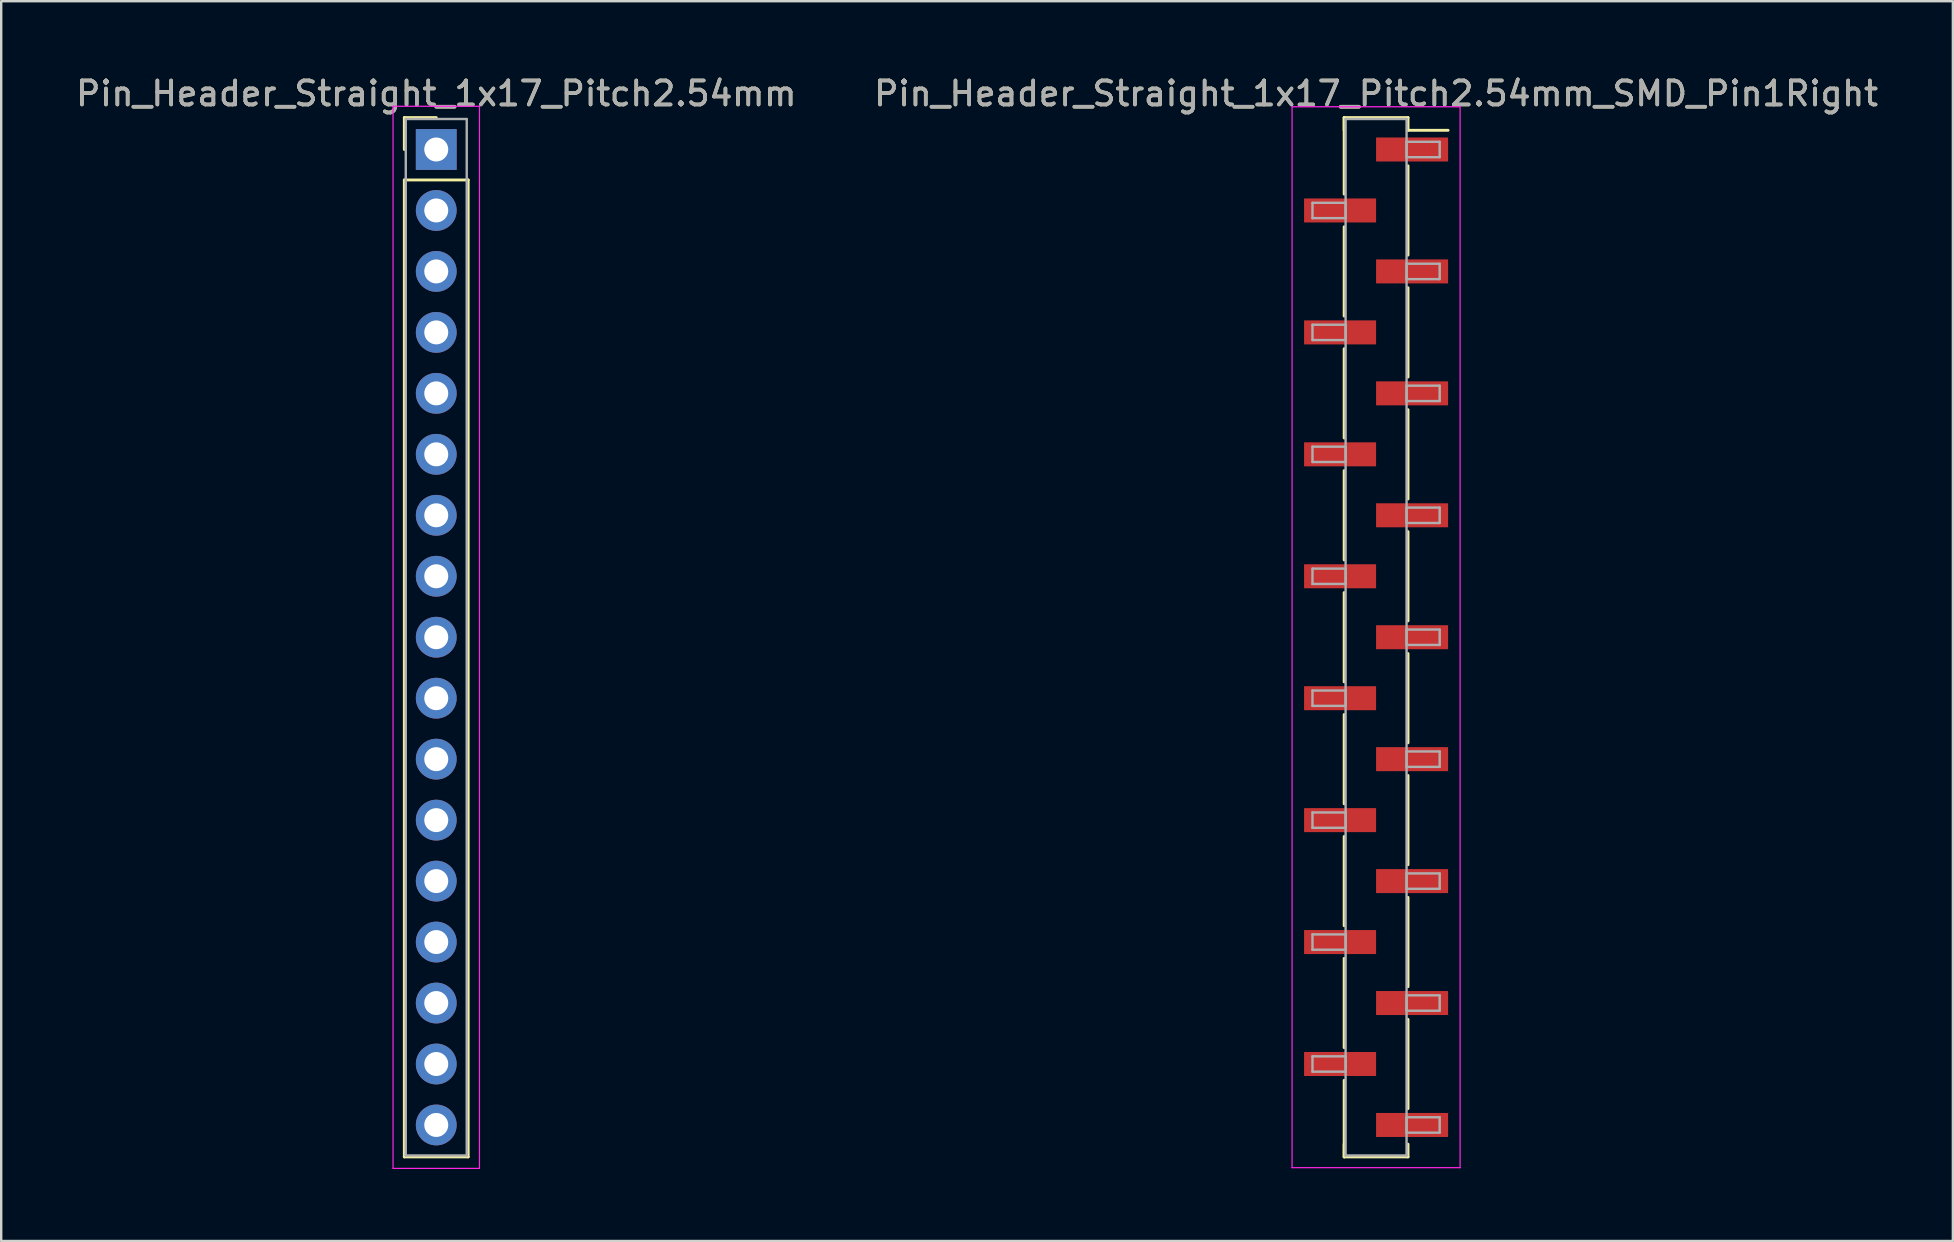
<source format=kicad_pcb>
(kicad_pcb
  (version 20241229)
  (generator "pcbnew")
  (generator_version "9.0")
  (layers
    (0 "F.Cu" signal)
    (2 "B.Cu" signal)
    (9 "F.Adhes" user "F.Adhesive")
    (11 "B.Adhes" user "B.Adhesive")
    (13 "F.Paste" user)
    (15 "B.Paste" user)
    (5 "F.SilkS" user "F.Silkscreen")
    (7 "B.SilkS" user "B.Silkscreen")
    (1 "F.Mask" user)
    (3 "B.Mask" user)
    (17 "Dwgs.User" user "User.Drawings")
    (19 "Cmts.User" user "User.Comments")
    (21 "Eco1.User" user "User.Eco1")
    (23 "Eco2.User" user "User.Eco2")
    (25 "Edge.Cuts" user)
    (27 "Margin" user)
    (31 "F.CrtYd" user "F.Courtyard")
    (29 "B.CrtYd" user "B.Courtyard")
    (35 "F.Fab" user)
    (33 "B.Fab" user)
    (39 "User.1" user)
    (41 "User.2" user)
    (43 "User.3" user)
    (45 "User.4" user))
  (footprint "Pin_Header_Straight_1x17_Pitch2.54mm"
    (layer "F.Cu")
    (at 15.125 3.178)
    (property "Reference" "Pin_Header_Straight_1x17_Pitch2.54mm" (at 0 -2.33 0) (layer "F.SilkS") (effects (font (size 1 1) (thickness 0.15))))
    (attr through_hole)
    (fp_line (start -1.33 -1.33) (end 0 -1.33) (stroke (width 0.12) (type solid)) (layer "F.SilkS"))
    (fp_line (start -1.33 0) (end -1.33 -1.33) (stroke (width 0.12) (type solid)) (layer "F.SilkS"))
    (fp_line (start -1.33 1.27) (end -1.33 41.97) (stroke (width 0.12) (type solid)) (layer "F.SilkS"))
    (fp_line (start -1.33 41.97) (end 1.33 41.97) (stroke (width 0.12) (type solid)) (layer "F.SilkS"))
    (fp_line (start 1.33 1.27) (end -1.33 1.27) (stroke (width 0.12) (type solid)) (layer "F.SilkS"))
    (fp_line (start 1.33 41.97) (end 1.33 1.27) (stroke (width 0.12) (type solid)) (layer "F.SilkS"))
    (fp_line (start -1.8 -1.8) (end -1.8 42.45) (stroke (width 0.05) (type solid)) (layer "F.CrtYd"))
    (fp_line (start -1.8 42.45) (end 1.8 42.45) (stroke (width 0.05) (type solid)) (layer "F.CrtYd"))
    (fp_line (start 1.8 -1.8) (end -1.8 -1.8) (stroke (width 0.05) (type solid)) (layer "F.CrtYd"))
    (fp_line (start 1.8 42.45) (end 1.8 -1.8) (stroke (width 0.05) (type solid)) (layer "F.CrtYd"))
    (fp_line (start -1.27 -1.27) (end -1.27 41.91) (stroke (width 0.1) (type solid)) (layer "F.Fab"))
    (fp_line (start -1.27 41.91) (end 1.27 41.91) (stroke (width 0.1) (type solid)) (layer "F.Fab"))
    (fp_line (start 1.27 -1.27) (end -1.27 -1.27) (stroke (width 0.1) (type solid)) (layer "F.Fab"))
    (fp_line (start 1.27 41.91) (end 1.27 -1.27) (stroke (width 0.1) (type solid)) (layer "F.Fab"))
    (fp_text user "${REFERENCE}" (at 0 -2.33 0) (layer "F.Fab") (effects (font (size 1 1) (thickness 0.15))))
    (pad "1" thru_hole rect (at 0 0) (size 1.7 1.7) (drill 1) (layers "*.Cu" "*.Mask"))
    (pad "2" thru_hole oval (at 0 2.54) (size 1.7 1.7) (drill 1) (layers "*.Cu" "*.Mask"))
    (pad "3" thru_hole oval (at 0 5.08) (size 1.7 1.7) (drill 1) (layers "*.Cu" "*.Mask"))
    (pad "4" thru_hole oval (at 0 7.62) (size 1.7 1.7) (drill 1) (layers "*.Cu" "*.Mask"))
    (pad "5" thru_hole oval (at 0 10.16) (size 1.7 1.7) (drill 1) (layers "*.Cu" "*.Mask"))
    (pad "6" thru_hole oval (at 0 12.7) (size 1.7 1.7) (drill 1) (layers "*.Cu" "*.Mask"))
    (pad "7" thru_hole oval (at 0 15.24) (size 1.7 1.7) (drill 1) (layers "*.Cu" "*.Mask"))
    (pad "8" thru_hole oval (at 0 17.78) (size 1.7 1.7) (drill 1) (layers "*.Cu" "*.Mask"))
    (pad "9" thru_hole oval (at 0 20.32) (size 1.7 1.7) (drill 1) (layers "*.Cu" "*.Mask"))
    (pad "10" thru_hole oval (at 0 22.86) (size 1.7 1.7) (drill 1) (layers "*.Cu" "*.Mask"))
    (pad "11" thru_hole oval (at 0 25.4) (size 1.7 1.7) (drill 1) (layers "*.Cu" "*.Mask"))
    (pad "12" thru_hole oval (at 0 27.94) (size 1.7 1.7) (drill 1) (layers "*.Cu" "*.Mask"))
    (pad "13" thru_hole oval (at 0 30.48) (size 1.7 1.7) (drill 1) (layers "*.Cu" "*.Mask"))
    (pad "14" thru_hole oval (at 0 33.02) (size 1.7 1.7) (drill 1) (layers "*.Cu" "*.Mask"))
    (pad "15" thru_hole oval (at 0 35.56) (size 1.7 1.7) (drill 1) (layers "*.Cu" "*.Mask"))
    (pad "16" thru_hole oval (at 0 38.1) (size 1.7 1.7) (drill 1) (layers "*.Cu" "*.Mask"))
    (pad "17" thru_hole oval (at 0 40.64) (size 1.7 1.7) (drill 1) (layers "*.Cu" "*.Mask")))
  (footprint "Pin_Header_Straight_1x17_Pitch2.54mm_SMD_Pin1Right"
    (layer "F.Cu")
    (at 54.28 23.498)
    (property "Reference" "Pin_Header_Straight_1x17_Pitch2.54mm_SMD_Pin1Right" (at 0 -22.65 0) (layer "F.SilkS") (effects (font (size 1 1) (thickness 0.15))))
    (attr smd)
    (fp_line (start -1.33 -21.65) (end -1.33 -18.46) (stroke (width 0.12) (type solid)) (layer "F.SilkS"))
    (fp_line (start -1.33 -21.65) (end 1.33 -21.65) (stroke (width 0.12) (type solid)) (layer "F.SilkS"))
    (fp_line (start -1.33 -21.12) (end -1.33 -21.65) (stroke (width 0.12) (type solid)) (layer "F.SilkS"))
    (fp_line (start -1.33 -17.1) (end -1.33 -13.38) (stroke (width 0.12) (type solid)) (layer "F.SilkS"))
    (fp_line (start -1.33 -12.02) (end -1.33 -8.3) (stroke (width 0.12) (type solid)) (layer "F.SilkS"))
    (fp_line (start -1.33 -6.94) (end -1.33 -3.22) (stroke (width 0.12) (type solid)) (layer "F.SilkS"))
    (fp_line (start -1.33 -1.86) (end -1.33 1.86) (stroke (width 0.12) (type solid)) (layer "F.SilkS"))
    (fp_line (start -1.33 3.22) (end -1.33 6.94) (stroke (width 0.12) (type solid)) (layer "F.SilkS"))
    (fp_line (start -1.33 8.3) (end -1.33 12.02) (stroke (width 0.12) (type solid)) (layer "F.SilkS"))
    (fp_line (start -1.33 13.38) (end -1.33 17.1) (stroke (width 0.12) (type solid)) (layer "F.SilkS"))
    (fp_line (start -1.33 18.46) (end -1.33 21.65) (stroke (width 0.12) (type solid)) (layer "F.SilkS"))
    (fp_line (start -1.33 21.12) (end -1.33 21.65) (stroke (width 0.12) (type solid)) (layer "F.SilkS"))
    (fp_line (start -1.33 21.65) (end 1.33 21.65) (stroke (width 0.12) (type solid)) (layer "F.SilkS"))
    (fp_line (start 1.33 -21.65) (end 1.33 -21.12) (stroke (width 0.12) (type solid)) (layer "F.SilkS"))
    (fp_line (start 1.33 -21.12) (end 3 -21.12) (stroke (width 0.12) (type solid)) (layer "F.SilkS"))
    (fp_line (start 1.33 -19.64) (end 1.33 -15.92) (stroke (width 0.12) (type solid)) (layer "F.SilkS"))
    (fp_line (start 1.33 -14.56) (end 1.33 -10.84) (stroke (width 0.12) (type solid)) (layer "F.SilkS"))
    (fp_line (start 1.33 -9.48) (end 1.33 -5.76) (stroke (width 0.12) (type solid)) (layer "F.SilkS"))
    (fp_line (start 1.33 -4.4) (end 1.33 -0.68) (stroke (width 0.12) (type solid)) (layer "F.SilkS"))
    (fp_line (start 1.33 0.68) (end 1.33 4.4) (stroke (width 0.12) (type solid)) (layer "F.SilkS"))
    (fp_line (start 1.33 5.76) (end 1.33 9.48) (stroke (width 0.12) (type solid)) (layer "F.SilkS"))
    (fp_line (start 1.33 10.84) (end 1.33 14.56) (stroke (width 0.12) (type solid)) (layer "F.SilkS"))
    (fp_line (start 1.33 15.92) (end 1.33 19.64) (stroke (width 0.12) (type solid)) (layer "F.SilkS"))
    (fp_line (start 1.33 21.65) (end 1.33 21.12) (stroke (width 0.12) (type solid)) (layer "F.SilkS"))
    (fp_line (start -3.5 -22.1) (end -3.5 22.1) (stroke (width 0.05) (type solid)) (layer "F.CrtYd"))
    (fp_line (start -3.5 22.1) (end 3.5 22.1) (stroke (width 0.05) (type solid)) (layer "F.CrtYd"))
    (fp_line (start 3.5 -22.1) (end -3.5 -22.1) (stroke (width 0.05) (type solid)) (layer "F.CrtYd"))
    (fp_line (start 3.5 22.1) (end 3.5 -22.1) (stroke (width 0.05) (type solid)) (layer "F.CrtYd"))
    (fp_line (start -2.65 -18.1) (end -1.27 -18.1) (stroke (width 0.1) (type solid)) (layer "F.Fab"))
    (fp_line (start -2.65 -17.46) (end -2.65 -18.1) (stroke (width 0.1) (type solid)) (layer "F.Fab"))
    (fp_line (start -2.65 -13.02) (end -1.27 -13.02) (stroke (width 0.1) (type solid)) (layer "F.Fab"))
    (fp_line (start -2.65 -12.38) (end -2.65 -13.02) (stroke (width 0.1) (type solid)) (layer "F.Fab"))
    (fp_line (start -2.65 -7.94) (end -1.27 -7.94) (stroke (width 0.1) (type solid)) (layer "F.Fab"))
    (fp_line (start -2.65 -7.3) (end -2.65 -7.94) (stroke (width 0.1) (type solid)) (layer "F.Fab"))
    (fp_line (start -2.65 -2.86) (end -1.27 -2.86) (stroke (width 0.1) (type solid)) (layer "F.Fab"))
    (fp_line (start -2.65 -2.22) (end -2.65 -2.86) (stroke (width 0.1) (type solid)) (layer "F.Fab"))
    (fp_line (start -2.65 2.22) (end -1.27 2.22) (stroke (width 0.1) (type solid)) (layer "F.Fab"))
    (fp_line (start -2.65 2.86) (end -2.65 2.22) (stroke (width 0.1) (type solid)) (layer "F.Fab"))
    (fp_line (start -2.65 7.3) (end -1.27 7.3) (stroke (width 0.1) (type solid)) (layer "F.Fab"))
    (fp_line (start -2.65 7.94) (end -2.65 7.3) (stroke (width 0.1) (type solid)) (layer "F.Fab"))
    (fp_line (start -2.65 12.38) (end -1.27 12.38) (stroke (width 0.1) (type solid)) (layer "F.Fab"))
    (fp_line (start -2.65 13.02) (end -2.65 12.38) (stroke (width 0.1) (type solid)) (layer "F.Fab"))
    (fp_line (start -2.65 17.46) (end -1.27 17.46) (stroke (width 0.1) (type solid)) (layer "F.Fab"))
    (fp_line (start -2.65 18.1) (end -2.65 17.46) (stroke (width 0.1) (type solid)) (layer "F.Fab"))
    (fp_line (start -1.27 -21.59) (end -1.27 21.59) (stroke (width 0.1) (type solid)) (layer "F.Fab"))
    (fp_line (start -1.27 -18.1) (end -1.27 -17.46) (stroke (width 0.1) (type solid)) (layer "F.Fab"))
    (fp_line (start -1.27 -17.46) (end -2.65 -17.46) (stroke (width 0.1) (type solid)) (layer "F.Fab"))
    (fp_line (start -1.27 -13.02) (end -1.27 -12.38) (stroke (width 0.1) (type solid)) (layer "F.Fab"))
    (fp_line (start -1.27 -12.38) (end -2.65 -12.38) (stroke (width 0.1) (type solid)) (layer "F.Fab"))
    (fp_line (start -1.27 -7.94) (end -1.27 -7.3) (stroke (width 0.1) (type solid)) (layer "F.Fab"))
    (fp_line (start -1.27 -7.3) (end -2.65 -7.3) (stroke (width 0.1) (type solid)) (layer "F.Fab"))
    (fp_line (start -1.27 -2.86) (end -1.27 -2.22) (stroke (width 0.1) (type solid)) (layer "F.Fab"))
    (fp_line (start -1.27 -2.22) (end -2.65 -2.22) (stroke (width 0.1) (type solid)) (layer "F.Fab"))
    (fp_line (start -1.27 2.22) (end -1.27 2.86) (stroke (width 0.1) (type solid)) (layer "F.Fab"))
    (fp_line (start -1.27 2.86) (end -2.65 2.86) (stroke (width 0.1) (type solid)) (layer "F.Fab"))
    (fp_line (start -1.27 7.3) (end -1.27 7.94) (stroke (width 0.1) (type solid)) (layer "F.Fab"))
    (fp_line (start -1.27 7.94) (end -2.65 7.94) (stroke (width 0.1) (type solid)) (layer "F.Fab"))
    (fp_line (start -1.27 12.38) (end -1.27 13.02) (stroke (width 0.1) (type solid)) (layer "F.Fab"))
    (fp_line (start -1.27 13.02) (end -2.65 13.02) (stroke (width 0.1) (type solid)) (layer "F.Fab"))
    (fp_line (start -1.27 17.46) (end -1.27 18.1) (stroke (width 0.1) (type solid)) (layer "F.Fab"))
    (fp_line (start -1.27 18.1) (end -2.65 18.1) (stroke (width 0.1) (type solid)) (layer "F.Fab"))
    (fp_line (start -1.27 21.59) (end 1.27 21.59) (stroke (width 0.1) (type solid)) (layer "F.Fab"))
    (fp_line (start 1.27 -21.59) (end -1.27 -21.59) (stroke (width 0.1) (type solid)) (layer "F.Fab"))
    (fp_line (start 1.27 -20.64) (end 1.27 -20) (stroke (width 0.1) (type solid)) (layer "F.Fab"))
    (fp_line (start 1.27 -20) (end 2.65 -20) (stroke (width 0.1) (type solid)) (layer "F.Fab"))
    (fp_line (start 1.27 -15.56) (end 1.27 -14.92) (stroke (width 0.1) (type solid)) (layer "F.Fab"))
    (fp_line (start 1.27 -14.92) (end 2.65 -14.92) (stroke (width 0.1) (type solid)) (layer "F.Fab"))
    (fp_line (start 1.27 -10.48) (end 1.27 -9.84) (stroke (width 0.1) (type solid)) (layer "F.Fab"))
    (fp_line (start 1.27 -9.84) (end 2.65 -9.84) (stroke (width 0.1) (type solid)) (layer "F.Fab"))
    (fp_line (start 1.27 -5.4) (end 1.27 -4.76) (stroke (width 0.1) (type solid)) (layer "F.Fab"))
    (fp_line (start 1.27 -4.76) (end 2.65 -4.76) (stroke (width 0.1) (type solid)) (layer "F.Fab"))
    (fp_line (start 1.27 -0.32) (end 1.27 0.32) (stroke (width 0.1) (type solid)) (layer "F.Fab"))
    (fp_line (start 1.27 0.32) (end 2.65 0.32) (stroke (width 0.1) (type solid)) (layer "F.Fab"))
    (fp_line (start 1.27 4.76) (end 1.27 5.4) (stroke (width 0.1) (type solid)) (layer "F.Fab"))
    (fp_line (start 1.27 5.4) (end 2.65 5.4) (stroke (width 0.1) (type solid)) (layer "F.Fab"))
    (fp_line (start 1.27 9.84) (end 1.27 10.48) (stroke (width 0.1) (type solid)) (layer "F.Fab"))
    (fp_line (start 1.27 10.48) (end 2.65 10.48) (stroke (width 0.1) (type solid)) (layer "F.Fab"))
    (fp_line (start 1.27 14.92) (end 1.27 15.56) (stroke (width 0.1) (type solid)) (layer "F.Fab"))
    (fp_line (start 1.27 15.56) (end 2.65 15.56) (stroke (width 0.1) (type solid)) (layer "F.Fab"))
    (fp_line (start 1.27 20) (end 1.27 20.64) (stroke (width 0.1) (type solid)) (layer "F.Fab"))
    (fp_line (start 1.27 20.64) (end 2.65 20.64) (stroke (width 0.1) (type solid)) (layer "F.Fab"))
    (fp_line (start 1.27 21.59) (end 1.27 -21.59) (stroke (width 0.1) (type solid)) (layer "F.Fab"))
    (fp_line (start 2.65 -20.64) (end 1.27 -20.64) (stroke (width 0.1) (type solid)) (layer "F.Fab"))
    (fp_line (start 2.65 -20) (end 2.65 -20.64) (stroke (width 0.1) (type solid)) (layer "F.Fab"))
    (fp_line (start 2.65 -15.56) (end 1.27 -15.56) (stroke (width 0.1) (type solid)) (layer "F.Fab"))
    (fp_line (start 2.65 -14.92) (end 2.65 -15.56) (stroke (width 0.1) (type solid)) (layer "F.Fab"))
    (fp_line (start 2.65 -10.48) (end 1.27 -10.48) (stroke (width 0.1) (type solid)) (layer "F.Fab"))
    (fp_line (start 2.65 -9.84) (end 2.65 -10.48) (stroke (width 0.1) (type solid)) (layer "F.Fab"))
    (fp_line (start 2.65 -5.4) (end 1.27 -5.4) (stroke (width 0.1) (type solid)) (layer "F.Fab"))
    (fp_line (start 2.65 -4.76) (end 2.65 -5.4) (stroke (width 0.1) (type solid)) (layer "F.Fab"))
    (fp_line (start 2.65 -0.32) (end 1.27 -0.32) (stroke (width 0.1) (type solid)) (layer "F.Fab"))
    (fp_line (start 2.65 0.32) (end 2.65 -0.32) (stroke (width 0.1) (type solid)) (layer "F.Fab"))
    (fp_line (start 2.65 4.76) (end 1.27 4.76) (stroke (width 0.1) (type solid)) (layer "F.Fab"))
    (fp_line (start 2.65 5.4) (end 2.65 4.76) (stroke (width 0.1) (type solid)) (layer "F.Fab"))
    (fp_line (start 2.65 9.84) (end 1.27 9.84) (stroke (width 0.1) (type solid)) (layer "F.Fab"))
    (fp_line (start 2.65 10.48) (end 2.65 9.84) (stroke (width 0.1) (type solid)) (layer "F.Fab"))
    (fp_line (start 2.65 14.92) (end 1.27 14.92) (stroke (width 0.1) (type solid)) (layer "F.Fab"))
    (fp_line (start 2.65 15.56) (end 2.65 14.92) (stroke (width 0.1) (type solid)) (layer "F.Fab"))
    (fp_line (start 2.65 20) (end 1.27 20) (stroke (width 0.1) (type solid)) (layer "F.Fab"))
    (fp_line (start 2.65 20.64) (end 2.65 20) (stroke (width 0.1) (type solid)) (layer "F.Fab"))
    (fp_text user "${REFERENCE}" (at 0 -22.65 0) (layer "F.Fab") (effects (font (size 1 1) (thickness 0.15))))
    (pad "1" smd rect (at 1.5 -20.32) (size 3 1) (layers "F.Cu" "F.Mask" "F.Paste"))
    (pad "2" smd rect (at -1.5 -17.78) (size 3 1) (layers "F.Cu" "F.Mask" "F.Paste"))
    (pad "3" smd rect (at 1.5 -15.24) (size 3 1) (layers "F.Cu" "F.Mask" "F.Paste"))
    (pad "4" smd rect (at -1.5 -12.7) (size 3 1) (layers "F.Cu" "F.Mask" "F.Paste"))
    (pad "5" smd rect (at 1.5 -10.16) (size 3 1) (layers "F.Cu" "F.Mask" "F.Paste"))
    (pad "6" smd rect (at -1.5 -7.62) (size 3 1) (layers "F.Cu" "F.Mask" "F.Paste"))
    (pad "7" smd rect (at 1.5 -5.08) (size 3 1) (layers "F.Cu" "F.Mask" "F.Paste"))
    (pad "8" smd rect (at -1.5 -2.54) (size 3 1) (layers "F.Cu" "F.Mask" "F.Paste"))
    (pad "9" smd rect (at 1.5 0) (size 3 1) (layers "F.Cu" "F.Mask" "F.Paste"))
    (pad "10" smd rect (at -1.5 2.54) (size 3 1) (layers "F.Cu" "F.Mask" "F.Paste"))
    (pad "11" smd rect (at 1.5 5.08) (size 3 1) (layers "F.Cu" "F.Mask" "F.Paste"))
    (pad "12" smd rect (at -1.5 7.62) (size 3 1) (layers "F.Cu" "F.Mask" "F.Paste"))
    (pad "13" smd rect (at 1.5 10.16) (size 3 1) (layers "F.Cu" "F.Mask" "F.Paste"))
    (pad "14" smd rect (at -1.5 12.7) (size 3 1) (layers "F.Cu" "F.Mask" "F.Paste"))
    (pad "15" smd rect (at 1.5 15.24) (size 3 1) (layers "F.Cu" "F.Mask" "F.Paste"))
    (pad "16" smd rect (at -1.5 17.78) (size 3 1) (layers "F.Cu" "F.Mask" "F.Paste"))
    (pad "17" smd rect (at 1.5 20.32) (size 3 1) (layers "F.Cu" "F.Mask" "F.Paste")))
  (gr_rect
    (start -3 -3)
    (end 78.31 48.653)
    (stroke (width 0.1) (type default))
    (fill no)
    (layer "Edge.Cuts")))
</source>
